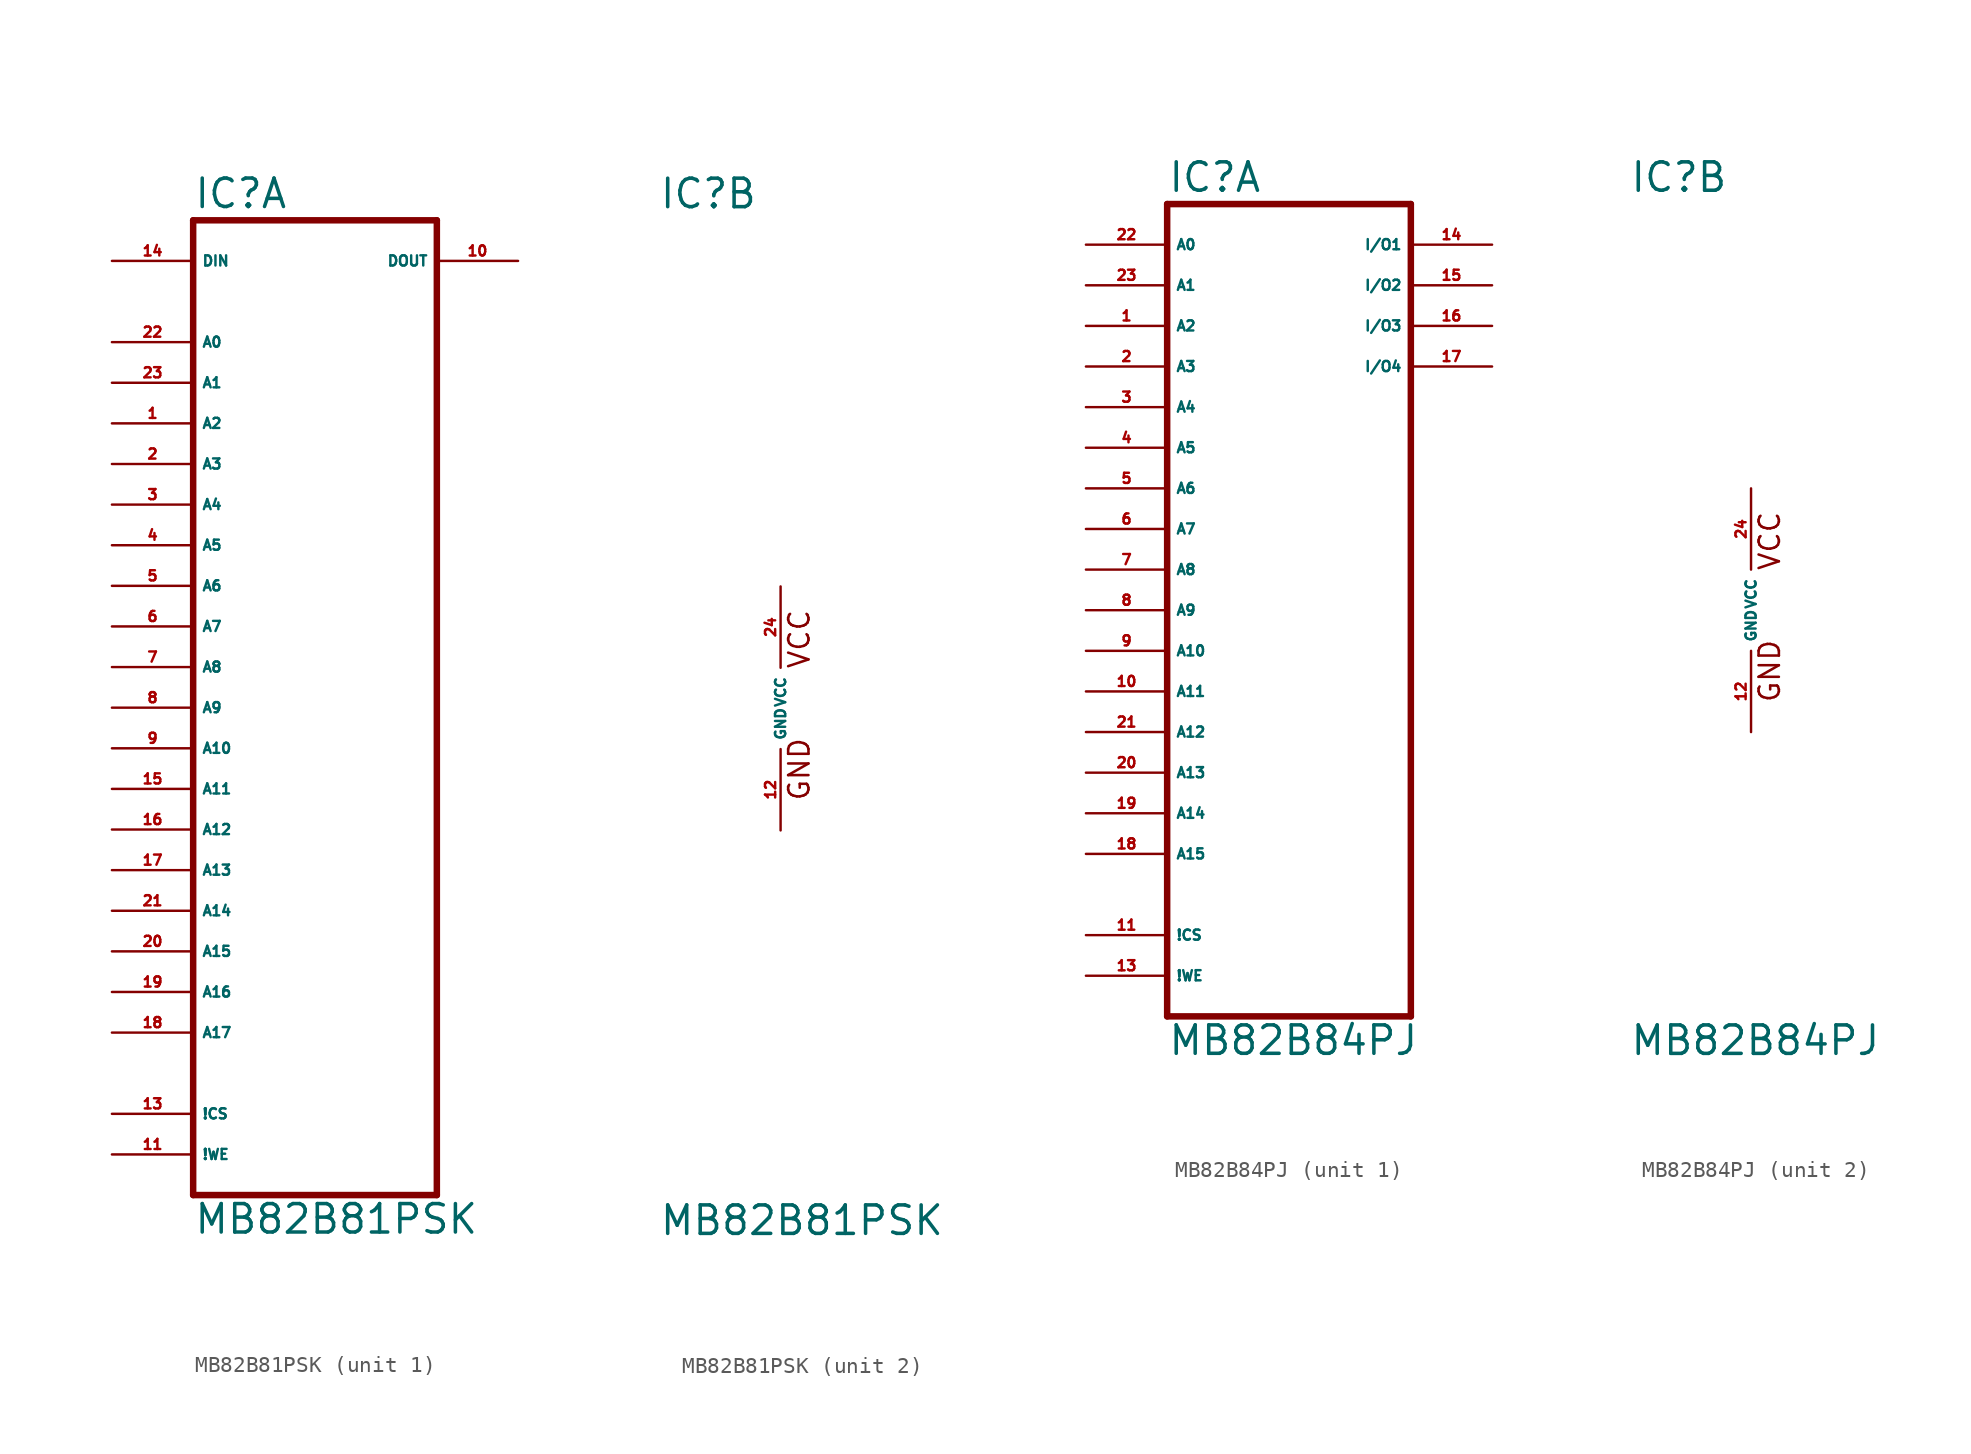
<source format=kicad_sym>
(kicad_symbol_lib
  (version 20220914)
  (generator Eagle2Kicad)
  (symbol "MB82B81PSK"
    (property "Reference" "IC"
      (at -7.62 31.115 0)
      (effects (font (size 1.778 1.778) (thickness 0.22)) (justify left bottom)))
    (property "Value" "MB82B81PSK"
      (at -7.62 -33.02 0)
      (effects (font (size 1.778 1.778) (thickness 0.22)) (justify left bottom)))
    (symbol "MB82B81PSK_1_0"
      (polyline (pts (xy -7.62 -30.48) (xy 7.62 -30.48)) (stroke (width 0.406) (type default)) (fill (type none)))
      (polyline (pts (xy 7.62 -30.48) (xy 7.62 30.48)) (stroke (width 0.406) (type default)) (fill (type none)))
      (polyline (pts (xy 7.62 30.48) (xy -7.62 30.48)) (stroke (width 0.406) (type default)) (fill (type none)))
      (polyline (pts (xy -7.62 30.48) (xy -7.62 -30.48)) (stroke (width 0.406) (type default)) (fill (type none)))
      (pin input line (at -12.7 22.86 0) (length 5.08) (name "A0" (effects (font (size 0.635 0.635) (thickness 0.08)) (justify left bottom))) (number "22" (effects (font (size 0.635 0.635) (thickness 0.08)) (justify left bottom))))
      (pin input line (at -12.7 20.32 0) (length 5.08) (name "A1" (effects (font (size 0.635 0.635) (thickness 0.08)) (justify left bottom))) (number "23" (effects (font (size 0.635 0.635) (thickness 0.08)) (justify left bottom))))
      (pin input line (at -12.7 17.78 0) (length 5.08) (name "A2" (effects (font (size 0.635 0.635) (thickness 0.08)) (justify left bottom))) (number "1" (effects (font (size 0.635 0.635) (thickness 0.08)) (justify left bottom))))
      (pin input line (at -12.7 15.24 0) (length 5.08) (name "A3" (effects (font (size 0.635 0.635) (thickness 0.08)) (justify left bottom))) (number "2" (effects (font (size 0.635 0.635) (thickness 0.08)) (justify left bottom))))
      (pin input line (at -12.7 12.7 0) (length 5.08) (name "A4" (effects (font (size 0.635 0.635) (thickness 0.08)) (justify left bottom))) (number "3" (effects (font (size 0.635 0.635) (thickness 0.08)) (justify left bottom))))
      (pin input line (at -12.7 10.16 0) (length 5.08) (name "A5" (effects (font (size 0.635 0.635) (thickness 0.08)) (justify left bottom))) (number "4" (effects (font (size 0.635 0.635) (thickness 0.08)) (justify left bottom))))
      (pin input line (at -12.7 7.62 0) (length 5.08) (name "A6" (effects (font (size 0.635 0.635) (thickness 0.08)) (justify left bottom))) (number "5" (effects (font (size 0.635 0.635) (thickness 0.08)) (justify left bottom))))
      (pin input line (at -12.7 5.08 0) (length 5.08) (name "A7" (effects (font (size 0.635 0.635) (thickness 0.08)) (justify left bottom))) (number "6" (effects (font (size 0.635 0.635) (thickness 0.08)) (justify left bottom))))
      (pin input line (at -12.7 2.54 0) (length 5.08) (name "A8" (effects (font (size 0.635 0.635) (thickness 0.08)) (justify left bottom))) (number "7" (effects (font (size 0.635 0.635) (thickness 0.08)) (justify left bottom))))
      (pin input line (at -12.7 0 0) (length 5.08) (name "A9" (effects (font (size 0.635 0.635) (thickness 0.08)) (justify left bottom))) (number "8" (effects (font (size 0.635 0.635) (thickness 0.08)) (justify left bottom))))
      (pin input line (at -12.7 -2.54 0) (length 5.08) (name "A10" (effects (font (size 0.635 0.635) (thickness 0.08)) (justify left bottom))) (number "9" (effects (font (size 0.635 0.635) (thickness 0.08)) (justify left bottom))))
      (pin input line (at -12.7 -5.08 0) (length 5.08) (name "A11" (effects (font (size 0.635 0.635) (thickness 0.08)) (justify left bottom))) (number "15" (effects (font (size 0.635 0.635) (thickness 0.08)) (justify left bottom))))
      (pin input line (at -12.7 -7.62 0) (length 5.08) (name "A12" (effects (font (size 0.635 0.635) (thickness 0.08)) (justify left bottom))) (number "16" (effects (font (size 0.635 0.635) (thickness 0.08)) (justify left bottom))))
      (pin input line (at -12.7 -10.16 0) (length 5.08) (name "A13" (effects (font (size 0.635 0.635) (thickness 0.08)) (justify left bottom))) (number "17" (effects (font (size 0.635 0.635) (thickness 0.08)) (justify left bottom))))
      (pin input line (at -12.7 -25.4 0) (length 5.08) (name "!CS" (effects (font (size 0.635 0.635) (thickness 0.08)) (justify left bottom))) (number "13" (effects (font (size 0.635 0.635) (thickness 0.08)) (justify left bottom))))
      (pin input line (at -12.7 -27.94 0) (length 5.08) (name "!WE" (effects (font (size 0.635 0.635) (thickness 0.08)) (justify left bottom))) (number "11" (effects (font (size 0.635 0.635) (thickness 0.08)) (justify left bottom))))
      (pin output line (at 12.7 27.94 180) (length 5.08) (name "DOUT" (effects (font (size 0.635 0.635) (thickness 0.08)) (justify left bottom))) (number "10" (effects (font (size 0.635 0.635) (thickness 0.08)) (justify left bottom))))
      (pin input line (at -12.7 27.94 0) (length 5.08) (name "DIN" (effects (font (size 0.635 0.635) (thickness 0.08)) (justify left bottom))) (number "14" (effects (font (size 0.635 0.635) (thickness 0.08)) (justify left bottom))))
      (pin input line (at -12.7 -12.7 0) (length 5.08) (name "A14" (effects (font (size 0.635 0.635) (thickness 0.08)) (justify left bottom))) (number "21" (effects (font (size 0.635 0.635) (thickness 0.08)) (justify left bottom))))
      (pin input line (at -12.7 -15.24 0) (length 5.08) (name "A15" (effects (font (size 0.635 0.635) (thickness 0.08)) (justify left bottom))) (number "20" (effects (font (size 0.635 0.635) (thickness 0.08)) (justify left bottom))))
      (pin input line (at -12.7 -17.78 0) (length 5.08) (name "A16" (effects (font (size 0.635 0.635) (thickness 0.08)) (justify left bottom))) (number "19" (effects (font (size 0.635 0.635) (thickness 0.08)) (justify left bottom))))
      (pin input line (at -12.7 -20.32 0) (length 5.08) (name "A17" (effects (font (size 0.635 0.635) (thickness 0.08)) (justify left bottom))) (number "18" (effects (font (size 0.635 0.635) (thickness 0.08)) (justify left bottom)))))
    (symbol "MB82B81PSK_2_0"
      (text "VCC" (at 1.905 2.413 900) (effects (font (size 1.27 1.27) (thickness 0.16)) (justify left bottom)))
      (text "GND" (at 1.905 -5.842 900) (effects (font (size 1.27 1.27) (thickness 0.16)) (justify left bottom)))
      (pin unspecified line (at 0 -7.62 90) (length 5.08) (name "GND" (effects (font (size 0.635 0.635) (thickness 0.08)) (justify left bottom))) (number "12" (effects (font (size 0.635 0.635) (thickness 0.08)) (justify left bottom))))
      (pin unspecified line (at 0 7.62 270) (length 5.08) (name "VCC" (effects (font (size 0.635 0.635) (thickness 0.08)) (justify left bottom))) (number "24" (effects (font (size 0.635 0.635) (thickness 0.08)) (justify left bottom))))))
  (symbol "MB82B84PJ"
    (property "Reference" "IC"
      (at -7.62 26.035 0)
      (effects (font (size 1.778 1.778) (thickness 0.22)) (justify left bottom)))
    (property "Value" "MB82B84PJ"
      (at -7.62 -27.94 0)
      (effects (font (size 1.778 1.778) (thickness 0.22)) (justify left bottom)))
    (symbol "MB82B84PJ_1_0"
      (polyline (pts (xy -7.62 -25.4) (xy 7.62 -25.4)) (stroke (width 0.406) (type default)) (fill (type none)))
      (polyline (pts (xy 7.62 -25.4) (xy 7.62 25.4)) (stroke (width 0.406) (type default)) (fill (type none)))
      (polyline (pts (xy 7.62 25.4) (xy -7.62 25.4)) (stroke (width 0.406) (type default)) (fill (type none)))
      (polyline (pts (xy -7.62 25.4) (xy -7.62 -25.4)) (stroke (width 0.406) (type default)) (fill (type none)))
      (pin input line (at -12.7 22.86 0) (length 5.08) (name "A0" (effects (font (size 0.635 0.635) (thickness 0.08)) (justify left bottom))) (number "22" (effects (font (size 0.635 0.635) (thickness 0.08)) (justify left bottom))))
      (pin input line (at -12.7 20.32 0) (length 5.08) (name "A1" (effects (font (size 0.635 0.635) (thickness 0.08)) (justify left bottom))) (number "23" (effects (font (size 0.635 0.635) (thickness 0.08)) (justify left bottom))))
      (pin input line (at -12.7 17.78 0) (length 5.08) (name "A2" (effects (font (size 0.635 0.635) (thickness 0.08)) (justify left bottom))) (number "1" (effects (font (size 0.635 0.635) (thickness 0.08)) (justify left bottom))))
      (pin input line (at -12.7 15.24 0) (length 5.08) (name "A3" (effects (font (size 0.635 0.635) (thickness 0.08)) (justify left bottom))) (number "2" (effects (font (size 0.635 0.635) (thickness 0.08)) (justify left bottom))))
      (pin input line (at -12.7 12.7 0) (length 5.08) (name "A4" (effects (font (size 0.635 0.635) (thickness 0.08)) (justify left bottom))) (number "3" (effects (font (size 0.635 0.635) (thickness 0.08)) (justify left bottom))))
      (pin input line (at -12.7 10.16 0) (length 5.08) (name "A5" (effects (font (size 0.635 0.635) (thickness 0.08)) (justify left bottom))) (number "4" (effects (font (size 0.635 0.635) (thickness 0.08)) (justify left bottom))))
      (pin input line (at -12.7 7.62 0) (length 5.08) (name "A6" (effects (font (size 0.635 0.635) (thickness 0.08)) (justify left bottom))) (number "5" (effects (font (size 0.635 0.635) (thickness 0.08)) (justify left bottom))))
      (pin input line (at -12.7 5.08 0) (length 5.08) (name "A7" (effects (font (size 0.635 0.635) (thickness 0.08)) (justify left bottom))) (number "6" (effects (font (size 0.635 0.635) (thickness 0.08)) (justify left bottom))))
      (pin input line (at -12.7 2.54 0) (length 5.08) (name "A8" (effects (font (size 0.635 0.635) (thickness 0.08)) (justify left bottom))) (number "7" (effects (font (size 0.635 0.635) (thickness 0.08)) (justify left bottom))))
      (pin input line (at -12.7 0 0) (length 5.08) (name "A9" (effects (font (size 0.635 0.635) (thickness 0.08)) (justify left bottom))) (number "8" (effects (font (size 0.635 0.635) (thickness 0.08)) (justify left bottom))))
      (pin input line (at -12.7 -2.54 0) (length 5.08) (name "A10" (effects (font (size 0.635 0.635) (thickness 0.08)) (justify left bottom))) (number "9" (effects (font (size 0.635 0.635) (thickness 0.08)) (justify left bottom))))
      (pin input line (at -12.7 -5.08 0) (length 5.08) (name "A11" (effects (font (size 0.635 0.635) (thickness 0.08)) (justify left bottom))) (number "10" (effects (font (size 0.635 0.635) (thickness 0.08)) (justify left bottom))))
      (pin input line (at -12.7 -7.62 0) (length 5.08) (name "A12" (effects (font (size 0.635 0.635) (thickness 0.08)) (justify left bottom))) (number "21" (effects (font (size 0.635 0.635) (thickness 0.08)) (justify left bottom))))
      (pin input line (at -12.7 -10.16 0) (length 5.08) (name "A13" (effects (font (size 0.635 0.635) (thickness 0.08)) (justify left bottom))) (number "20" (effects (font (size 0.635 0.635) (thickness 0.08)) (justify left bottom))))
      (pin input line (at -12.7 -20.32 0) (length 5.08) (name "!CS" (effects (font (size 0.635 0.635) (thickness 0.08)) (justify left bottom))) (number "11" (effects (font (size 0.635 0.635) (thickness 0.08)) (justify left bottom))))
      (pin input line (at -12.7 -22.86 0) (length 5.08) (name "!WE" (effects (font (size 0.635 0.635) (thickness 0.08)) (justify left bottom))) (number "13" (effects (font (size 0.635 0.635) (thickness 0.08)) (justify left bottom))))
      (pin bidirectional line (at 12.7 22.86 180) (length 5.08) (name "I/O1" (effects (font (size 0.635 0.635) (thickness 0.08)) (justify left bottom))) (number "14" (effects (font (size 0.635 0.635) (thickness 0.08)) (justify left bottom))))
      (pin bidirectional line (at 12.7 20.32 180) (length 5.08) (name "I/O2" (effects (font (size 0.635 0.635) (thickness 0.08)) (justify left bottom))) (number "15" (effects (font (size 0.635 0.635) (thickness 0.08)) (justify left bottom))))
      (pin input line (at -12.7 -12.7 0) (length 5.08) (name "A14" (effects (font (size 0.635 0.635) (thickness 0.08)) (justify left bottom))) (number "19" (effects (font (size 0.635 0.635) (thickness 0.08)) (justify left bottom))))
      (pin input line (at -12.7 -15.24 0) (length 5.08) (name "A15" (effects (font (size 0.635 0.635) (thickness 0.08)) (justify left bottom))) (number "18" (effects (font (size 0.635 0.635) (thickness 0.08)) (justify left bottom))))
      (pin bidirectional line (at 12.7 15.24 180) (length 5.08) (name "I/O4" (effects (font (size 0.635 0.635) (thickness 0.08)) (justify left bottom))) (number "17" (effects (font (size 0.635 0.635) (thickness 0.08)) (justify left bottom))))
      (pin bidirectional line (at 12.7 17.78 180) (length 5.08) (name "I/O3" (effects (font (size 0.635 0.635) (thickness 0.08)) (justify left bottom))) (number "16" (effects (font (size 0.635 0.635) (thickness 0.08)) (justify left bottom)))))
    (symbol "MB82B84PJ_2_0"
      (text "VCC" (at 1.905 2.413 900) (effects (font (size 1.27 1.27) (thickness 0.16)) (justify left bottom)))
      (text "GND" (at 1.905 -5.842 900) (effects (font (size 1.27 1.27) (thickness 0.16)) (justify left bottom)))
      (pin unspecified line (at 0 -7.62 90) (length 5.08) (name "GND" (effects (font (size 0.635 0.635) (thickness 0.08)) (justify left bottom))) (number "12" (effects (font (size 0.635 0.635) (thickness 0.08)) (justify left bottom))))
      (pin unspecified line (at 0 7.62 270) (length 5.08) (name "VCC" (effects (font (size 0.635 0.635) (thickness 0.08)) (justify left bottom))) (number "24" (effects (font (size 0.635 0.635) (thickness 0.08)) (justify left bottom)))))))
</source>
